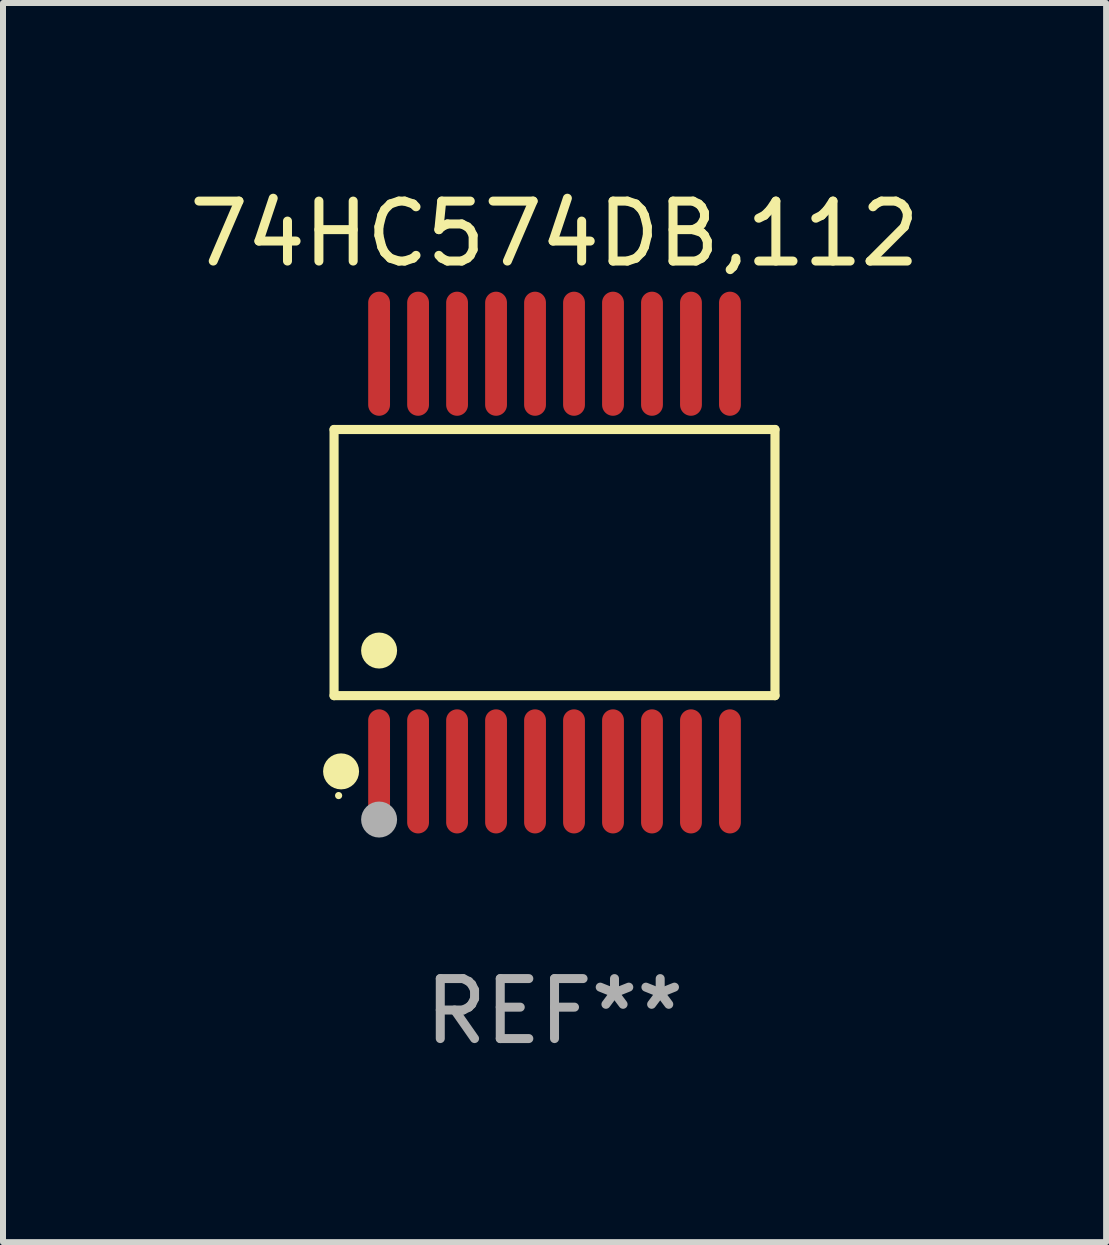
<source format=kicad_pcb>
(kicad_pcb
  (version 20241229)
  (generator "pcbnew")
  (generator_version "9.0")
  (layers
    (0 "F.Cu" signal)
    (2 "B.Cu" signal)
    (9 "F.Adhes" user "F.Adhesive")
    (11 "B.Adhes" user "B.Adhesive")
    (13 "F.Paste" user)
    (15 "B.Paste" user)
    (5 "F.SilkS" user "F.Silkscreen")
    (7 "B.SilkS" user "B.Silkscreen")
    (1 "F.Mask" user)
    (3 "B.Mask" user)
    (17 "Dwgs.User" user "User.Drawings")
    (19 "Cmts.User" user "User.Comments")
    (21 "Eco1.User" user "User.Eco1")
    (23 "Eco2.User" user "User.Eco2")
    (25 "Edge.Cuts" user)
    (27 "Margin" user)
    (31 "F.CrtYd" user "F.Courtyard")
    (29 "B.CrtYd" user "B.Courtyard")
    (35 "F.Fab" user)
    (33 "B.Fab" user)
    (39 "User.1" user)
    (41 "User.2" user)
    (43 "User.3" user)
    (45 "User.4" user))
  (footprint "74HC574DB,112"
    (layer "F.Cu")
    (at 6.196 6.33)
    (property "Reference" "74HC574DB,112" (at 0 -5.482 0) (layer "F.SilkS") (effects (font (size 1 1) (thickness 0.15))))
    (attr through_hole)
    (fp_line (start -3.676 -2.219) (end 3.676 -2.219) (stroke (width 0.152) (type solid)) (layer "F.SilkS"))
    (fp_line (start -3.676 2.219) (end -3.676 -2.219) (stroke (width 0.152) (type solid)) (layer "F.SilkS"))
    (fp_line (start 3.676 -2.219) (end 3.676 2.219) (stroke (width 0.152) (type solid)) (layer "F.SilkS"))
    (fp_line (start 3.676 2.219) (end -3.676 2.219) (stroke (width 0.152) (type solid)) (layer "F.SilkS"))
    (fp_circle (center -3.6 3.885) (end -3.57 3.885) (stroke (width 0.06) (type solid)) (fill no) (layer "F.SilkS"))
    (fp_circle (center -3.559 3.482) (end -3.409 3.482) (stroke (width 0.3) (type solid)) (fill no) (layer "F.SilkS"))
    (fp_circle (center -2.925 1.467) (end -2.775 1.467) (stroke (width 0.3) (type solid)) (fill no) (layer "F.SilkS"))
    (fp_circle (center -2.925 4.285) (end -2.775 4.285) (stroke (width 0.3) (type solid)) (fill no) (layer "F.Fab"))
    (fp_text user "REF**" (at 0 7.482 0) (layer "F.Fab") (effects (font (size 1 1) (thickness 0.15))))
    (pad "1" smd oval (at -2.925 3.482) (size 0.364 2.069) (layers "F.Cu" "F.Mask" "F.Paste"))
    (pad "2" smd oval (at -2.275 3.482) (size 0.364 2.069) (layers "F.Cu" "F.Mask" "F.Paste"))
    (pad "3" smd oval (at -1.625 3.482) (size 0.364 2.069) (layers "F.Cu" "F.Mask" "F.Paste"))
    (pad "4" smd oval (at -0.975 3.482) (size 0.364 2.069) (layers "F.Cu" "F.Mask" "F.Paste"))
    (pad "5" smd oval (at -0.325 3.482) (size 0.364 2.069) (layers "F.Cu" "F.Mask" "F.Paste"))
    (pad "6" smd oval (at 0.325 3.482) (size 0.364 2.069) (layers "F.Cu" "F.Mask" "F.Paste"))
    (pad "7" smd oval (at 0.975 3.482) (size 0.364 2.069) (layers "F.Cu" "F.Mask" "F.Paste"))
    (pad "8" smd oval (at 1.625 3.482) (size 0.364 2.069) (layers "F.Cu" "F.Mask" "F.Paste"))
    (pad "9" smd oval (at 2.275 3.482) (size 0.364 2.069) (layers "F.Cu" "F.Mask" "F.Paste"))
    (pad "10" smd oval (at 2.925 3.482) (size 0.364 2.069) (layers "F.Cu" "F.Mask" "F.Paste"))
    (pad "11" smd oval (at 2.925 -3.482) (size 0.364 2.069) (layers "F.Cu" "F.Mask" "F.Paste"))
    (pad "12" smd oval (at 2.275 -3.482) (size 0.364 2.069) (layers "F.Cu" "F.Mask" "F.Paste"))
    (pad "13" smd oval (at 1.625 -3.482) (size 0.364 2.069) (layers "F.Cu" "F.Mask" "F.Paste"))
    (pad "14" smd oval (at 0.975 -3.482) (size 0.364 2.069) (layers "F.Cu" "F.Mask" "F.Paste"))
    (pad "15" smd oval (at 0.325 -3.482) (size 0.364 2.069) (layers "F.Cu" "F.Mask" "F.Paste"))
    (pad "16" smd oval (at -0.325 -3.482) (size 0.364 2.069) (layers "F.Cu" "F.Mask" "F.Paste"))
    (pad "17" smd oval (at -0.975 -3.482) (size 0.364 2.069) (layers "F.Cu" "F.Mask" "F.Paste"))
    (pad "18" smd oval (at -1.625 -3.482) (size 0.364 2.069) (layers "F.Cu" "F.Mask" "F.Paste"))
    (pad "19" smd oval (at -2.275 -3.482) (size 0.364 2.069) (layers "F.Cu" "F.Mask" "F.Paste"))
    (pad "20" smd oval (at -2.925 -3.482) (size 0.364 2.069) (layers "F.Cu" "F.Mask" "F.Paste")))
  (gr_rect
    (start -3 -3)
    (end 15.393 17.661)
    (stroke (width 0.1) (type default))
    (fill no)
    (layer "Edge.Cuts")))
</source>
